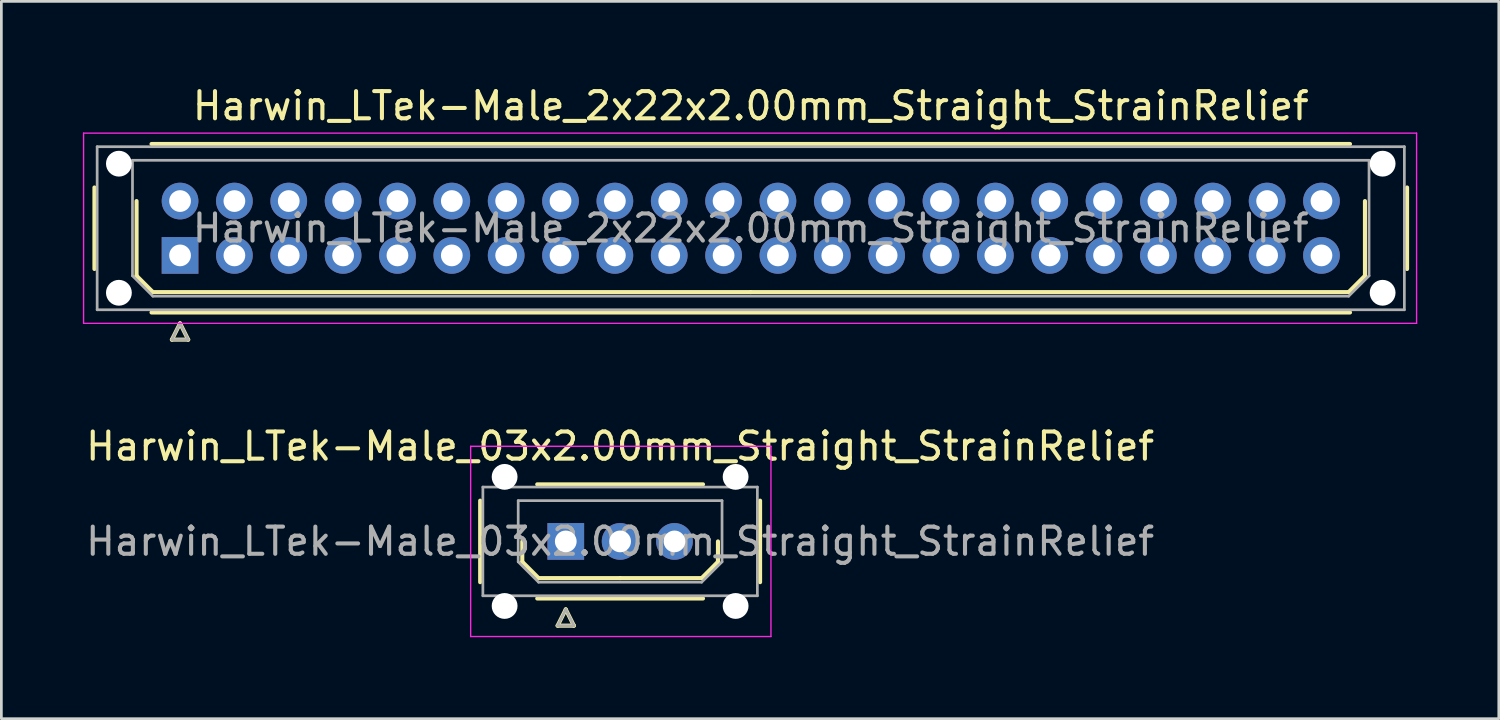
<source format=kicad_pcb>
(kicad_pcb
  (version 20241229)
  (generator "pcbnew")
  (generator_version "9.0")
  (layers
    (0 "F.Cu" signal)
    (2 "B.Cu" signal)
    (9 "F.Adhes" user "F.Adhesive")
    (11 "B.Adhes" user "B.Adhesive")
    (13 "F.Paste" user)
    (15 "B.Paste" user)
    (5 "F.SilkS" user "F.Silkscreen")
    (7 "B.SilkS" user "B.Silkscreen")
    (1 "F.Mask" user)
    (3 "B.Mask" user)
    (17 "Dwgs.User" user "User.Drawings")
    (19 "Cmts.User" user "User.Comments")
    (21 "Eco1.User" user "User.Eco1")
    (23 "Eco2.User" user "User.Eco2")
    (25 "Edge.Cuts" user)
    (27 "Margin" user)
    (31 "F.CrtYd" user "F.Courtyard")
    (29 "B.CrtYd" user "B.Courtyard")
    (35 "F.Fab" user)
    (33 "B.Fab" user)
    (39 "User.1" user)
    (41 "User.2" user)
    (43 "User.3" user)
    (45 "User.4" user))
  (footprint "Harwin_LTek-Male_2x22x2.00mm_Straight_StrainRelief"
    (layer "F.Cu")
    (at 3.575 6.348)
    (property "Reference" "Harwin_LTek-Male_2x22x2.00mm_Straight_StrainRelief" (at 21 -5.5 0) (layer "F.SilkS") (effects (font (size 1 1) (thickness 0.15))))
    (attr through_hole)
    (fp_line (start -3.15 -2.5) (end -3.15 0.5) (stroke (width 0.15) (type solid)) (layer "F.SilkS"))
    (fp_line (start -1.6 -2) (end -1.6 0.75) (stroke (width 0.15) (type solid)) (layer "F.SilkS"))
    (fp_line (start -1.6 0.75) (end -1 1.35) (stroke (width 0.15) (type solid)) (layer "F.SilkS"))
    (fp_line (start -1.05 -4.1) (end 43.05 -4.1) (stroke (width 0.15) (type solid)) (layer "F.SilkS"))
    (fp_line (start -1.05 2.1) (end 43.05 2.1) (stroke (width 0.15) (type solid)) (layer "F.SilkS"))
    (fp_line (start -1 1.35) (end 21 1.35) (stroke (width 0.15) (type solid)) (layer "F.SilkS"))
    (fp_line (start -0.3 3.1) (end 0.3 3.1) (stroke (width 0.15) (type solid)) (layer "F.SilkS"))
    (fp_line (start 0 2.5) (end -0.3 3.1) (stroke (width 0.15) (type solid)) (layer "F.SilkS"))
    (fp_line (start 0.3 3.1) (end 0 2.5) (stroke (width 0.15) (type solid)) (layer "F.SilkS"))
    (fp_line (start 43 1.35) (end 21 1.35) (stroke (width 0.15) (type solid)) (layer "F.SilkS"))
    (fp_line (start 43.6 -2) (end 43.6 0.75) (stroke (width 0.15) (type solid)) (layer "F.SilkS"))
    (fp_line (start 43.6 0.75) (end 43 1.35) (stroke (width 0.15) (type solid)) (layer "F.SilkS"))
    (fp_line (start 45.15 -2.5) (end 45.15 0.5) (stroke (width 0.15) (type solid)) (layer "F.SilkS"))
    (fp_line (start -3.55 -4.5) (end -3.55 2.5) (stroke (width 0.05) (type solid)) (layer "F.CrtYd"))
    (fp_line (start -3.55 2.5) (end 45.5 2.5) (stroke (width 0.05) (type solid)) (layer "F.CrtYd"))
    (fp_line (start 45.5 -4.5) (end -3.55 -4.5) (stroke (width 0.05) (type solid)) (layer "F.CrtYd"))
    (fp_line (start 45.5 2.5) (end 45.5 -4.5) (stroke (width 0.05) (type solid)) (layer "F.CrtYd"))
    (fp_line (start -3.05 -4) (end -3.05 2) (stroke (width 0.1) (type solid)) (layer "F.Fab"))
    (fp_line (start -3.05 2) (end 45.05 2) (stroke (width 0.1) (type solid)) (layer "F.Fab"))
    (fp_line (start -1.75 -3.5) (end 43.75 -3.5) (stroke (width 0.1) (type solid)) (layer "F.Fab"))
    (fp_line (start -1.75 0.75) (end -1.75 -3.5) (stroke (width 0.1) (type solid)) (layer "F.Fab"))
    (fp_line (start -1 1.5) (end -1.75 0.75) (stroke (width 0.1) (type solid)) (layer "F.Fab"))
    (fp_line (start -0.3 3.1) (end 0.3 3.1) (stroke (width 0.1) (type solid)) (layer "F.Fab"))
    (fp_line (start 0 2.5) (end -0.3 3.1) (stroke (width 0.1) (type solid)) (layer "F.Fab"))
    (fp_line (start 0.3 3.1) (end 0 2.5) (stroke (width 0.1) (type solid)) (layer "F.Fab"))
    (fp_line (start 43 1.5) (end -1 1.5) (stroke (width 0.1) (type solid)) (layer "F.Fab"))
    (fp_line (start 43.75 -3.5) (end 43.75 0.75) (stroke (width 0.1) (type solid)) (layer "F.Fab"))
    (fp_line (start 43.75 0.75) (end 43 1.5) (stroke (width 0.1) (type solid)) (layer "F.Fab"))
    (fp_line (start 45.05 -4) (end -3.05 -4) (stroke (width 0.1) (type solid)) (layer "F.Fab"))
    (fp_line (start 45.05 2) (end 45.05 -4) (stroke (width 0.1) (type solid)) (layer "F.Fab"))
    (fp_text user "${REFERENCE}" (at 21 -1 0) (layer "F.Fab") (effects (font (size 1 1) (thickness 0.15))))
    (pad "" np_thru_hole circle (at -2.25 -3.375) (size 0.95 0.95) (drill 0.95) (layers "*.Cu" "*.Mask"))
    (pad "" np_thru_hole circle (at -2.25 1.375) (size 0.95 0.95) (drill 0.95) (layers "*.Cu" "*.Mask"))
    (pad "" np_thru_hole circle (at 44.25 -3.375) (size 0.95 0.95) (drill 0.95) (layers "*.Cu" "*.Mask"))
    (pad "" np_thru_hole circle (at 44.25 1.375) (size 0.95 0.95) (drill 0.95) (layers "*.Cu" "*.Mask"))
    (pad "1" thru_hole rect (at 0 0) (size 1.35 1.35) (drill 0.8) (layers "*.Cu" "*.Mask"))
    (pad "2" thru_hole circle (at 2 0) (size 1.35 1.35) (drill 0.8) (layers "*.Cu" "*.Mask"))
    (pad "3" thru_hole circle (at 4 0) (size 1.35 1.35) (drill 0.8) (layers "*.Cu" "*.Mask"))
    (pad "4" thru_hole circle (at 6 0) (size 1.35 1.35) (drill 0.8) (layers "*.Cu" "*.Mask"))
    (pad "5" thru_hole circle (at 8 0) (size 1.35 1.35) (drill 0.8) (layers "*.Cu" "*.Mask"))
    (pad "6" thru_hole circle (at 10 0) (size 1.35 1.35) (drill 0.8) (layers "*.Cu" "*.Mask"))
    (pad "7" thru_hole circle (at 12 0) (size 1.35 1.35) (drill 0.8) (layers "*.Cu" "*.Mask"))
    (pad "8" thru_hole circle (at 14 0) (size 1.35 1.35) (drill 0.8) (layers "*.Cu" "*.Mask"))
    (pad "9" thru_hole circle (at 16 0) (size 1.35 1.35) (drill 0.8) (layers "*.Cu" "*.Mask"))
    (pad "10" thru_hole circle (at 18 0) (size 1.35 1.35) (drill 0.8) (layers "*.Cu" "*.Mask"))
    (pad "11" thru_hole circle (at 20 0) (size 1.35 1.35) (drill 0.8) (layers "*.Cu" "*.Mask"))
    (pad "12" thru_hole circle (at 22 0) (size 1.35 1.35) (drill 0.8) (layers "*.Cu" "*.Mask"))
    (pad "13" thru_hole circle (at 24 0) (size 1.35 1.35) (drill 0.8) (layers "*.Cu" "*.Mask"))
    (pad "14" thru_hole circle (at 26 0) (size 1.35 1.35) (drill 0.8) (layers "*.Cu" "*.Mask"))
    (pad "15" thru_hole circle (at 28 0) (size 1.35 1.35) (drill 0.8) (layers "*.Cu" "*.Mask"))
    (pad "16" thru_hole circle (at 30 0) (size 1.35 1.35) (drill 0.8) (layers "*.Cu" "*.Mask"))
    (pad "17" thru_hole circle (at 32 0) (size 1.35 1.35) (drill 0.8) (layers "*.Cu" "*.Mask"))
    (pad "18" thru_hole circle (at 34 0) (size 1.35 1.35) (drill 0.8) (layers "*.Cu" "*.Mask"))
    (pad "19" thru_hole circle (at 36 0) (size 1.35 1.35) (drill 0.8) (layers "*.Cu" "*.Mask"))
    (pad "20" thru_hole circle (at 38 0) (size 1.35 1.35) (drill 0.8) (layers "*.Cu" "*.Mask"))
    (pad "21" thru_hole circle (at 40 0) (size 1.35 1.35) (drill 0.8) (layers "*.Cu" "*.Mask"))
    (pad "22" thru_hole circle (at 42 0) (size 1.35 1.35) (drill 0.8) (layers "*.Cu" "*.Mask"))
    (pad "23" thru_hole circle (at 0 -2) (size 1.35 1.35) (drill 0.8) (layers "*.Cu" "*.Mask"))
    (pad "24" thru_hole circle (at 2 -2) (size 1.35 1.35) (drill 0.8) (layers "*.Cu" "*.Mask"))
    (pad "25" thru_hole circle (at 4 -2) (size 1.35 1.35) (drill 0.8) (layers "*.Cu" "*.Mask"))
    (pad "26" thru_hole circle (at 6 -2) (size 1.35 1.35) (drill 0.8) (layers "*.Cu" "*.Mask"))
    (pad "27" thru_hole circle (at 8 -2) (size 1.35 1.35) (drill 0.8) (layers "*.Cu" "*.Mask"))
    (pad "28" thru_hole circle (at 10 -2) (size 1.35 1.35) (drill 0.8) (layers "*.Cu" "*.Mask"))
    (pad "29" thru_hole circle (at 12 -2) (size 1.35 1.35) (drill 0.8) (layers "*.Cu" "*.Mask"))
    (pad "30" thru_hole circle (at 14 -2) (size 1.35 1.35) (drill 0.8) (layers "*.Cu" "*.Mask"))
    (pad "31" thru_hole circle (at 16 -2) (size 1.35 1.35) (drill 0.8) (layers "*.Cu" "*.Mask"))
    (pad "32" thru_hole circle (at 18 -2) (size 1.35 1.35) (drill 0.8) (layers "*.Cu" "*.Mask"))
    (pad "33" thru_hole circle (at 20 -2) (size 1.35 1.35) (drill 0.8) (layers "*.Cu" "*.Mask"))
    (pad "34" thru_hole circle (at 22 -2) (size 1.35 1.35) (drill 0.8) (layers "*.Cu" "*.Mask"))
    (pad "35" thru_hole circle (at 24 -2) (size 1.35 1.35) (drill 0.8) (layers "*.Cu" "*.Mask"))
    (pad "36" thru_hole circle (at 26 -2) (size 1.35 1.35) (drill 0.8) (layers "*.Cu" "*.Mask"))
    (pad "37" thru_hole circle (at 28 -2) (size 1.35 1.35) (drill 0.8) (layers "*.Cu" "*.Mask"))
    (pad "38" thru_hole circle (at 30 -2) (size 1.35 1.35) (drill 0.8) (layers "*.Cu" "*.Mask"))
    (pad "39" thru_hole circle (at 32 -2) (size 1.35 1.35) (drill 0.8) (layers "*.Cu" "*.Mask"))
    (pad "40" thru_hole circle (at 34 -2) (size 1.35 1.35) (drill 0.8) (layers "*.Cu" "*.Mask"))
    (pad "41" thru_hole circle (at 36 -2) (size 1.35 1.35) (drill 0.8) (layers "*.Cu" "*.Mask"))
    (pad "42" thru_hole circle (at 38 -2) (size 1.35 1.35) (drill 0.8) (layers "*.Cu" "*.Mask"))
    (pad "43" thru_hole circle (at 40 -2) (size 1.35 1.35) (drill 0.8) (layers "*.Cu" "*.Mask"))
    (pad "44" thru_hole circle (at 42 -2) (size 1.35 1.35) (drill 0.8) (layers "*.Cu" "*.Mask")))
  (footprint "Harwin_LTek-Male_03x2.00mm_Straight_StrainRelief"
    (layer "F.Cu")
    (at 17.768 16.872)
    (property "Reference" "Harwin_LTek-Male_03x2.00mm_Straight_StrainRelief" (at 2 -3.5 0) (layer "F.SilkS") (effects (font (size 1 1) (thickness 0.15))))
    (attr through_hole)
    (fp_line (start -3.15 -1.5) (end -3.15 1.5) (stroke (width 0.15) (type solid)) (layer "F.SilkS"))
    (fp_line (start -1.6 0) (end -1.6 0.75) (stroke (width 0.15) (type solid)) (layer "F.SilkS"))
    (fp_line (start -1.6 0.75) (end -1 1.35) (stroke (width 0.15) (type solid)) (layer "F.SilkS"))
    (fp_line (start -1.05 -2.1) (end 5.05 -2.1) (stroke (width 0.15) (type solid)) (layer "F.SilkS"))
    (fp_line (start -1.05 2.1) (end 5.05 2.1) (stroke (width 0.15) (type solid)) (layer "F.SilkS"))
    (fp_line (start -1 1.35) (end 2 1.35) (stroke (width 0.15) (type solid)) (layer "F.SilkS"))
    (fp_line (start -0.3 3.1) (end 0.3 3.1) (stroke (width 0.15) (type solid)) (layer "F.SilkS"))
    (fp_line (start 0 2.5) (end -0.3 3.1) (stroke (width 0.15) (type solid)) (layer "F.SilkS"))
    (fp_line (start 0.3 3.1) (end 0 2.5) (stroke (width 0.15) (type solid)) (layer "F.SilkS"))
    (fp_line (start 5 1.35) (end 2 1.35) (stroke (width 0.15) (type solid)) (layer "F.SilkS"))
    (fp_line (start 5.6 0) (end 5.6 0.75) (stroke (width 0.15) (type solid)) (layer "F.SilkS"))
    (fp_line (start 5.6 0.75) (end 5 1.35) (stroke (width 0.15) (type solid)) (layer "F.SilkS"))
    (fp_line (start 7.15 -1.5) (end 7.15 1.5) (stroke (width 0.15) (type solid)) (layer "F.SilkS"))
    (fp_line (start -3.5 -3.5) (end -3.5 3.5) (stroke (width 0.05) (type solid)) (layer "F.CrtYd"))
    (fp_line (start -3.5 3.5) (end 7.55 3.5) (stroke (width 0.05) (type solid)) (layer "F.CrtYd"))
    (fp_line (start 7.55 -3.5) (end -3.5 -3.5) (stroke (width 0.05) (type solid)) (layer "F.CrtYd"))
    (fp_line (start 7.55 3.5) (end 7.55 -3.5) (stroke (width 0.05) (type solid)) (layer "F.CrtYd"))
    (fp_line (start -3.05 -2) (end -3.05 2) (stroke (width 0.1) (type solid)) (layer "F.Fab"))
    (fp_line (start -3.05 2) (end 7.05 2) (stroke (width 0.1) (type solid)) (layer "F.Fab"))
    (fp_line (start -1.75 -1.5) (end 5.75 -1.5) (stroke (width 0.1) (type solid)) (layer "F.Fab"))
    (fp_line (start -1.75 0.75) (end -1.75 -1.5) (stroke (width 0.1) (type solid)) (layer "F.Fab"))
    (fp_line (start -1 1.5) (end -1.75 0.75) (stroke (width 0.1) (type solid)) (layer "F.Fab"))
    (fp_line (start -0.3 3.1) (end 0.3 3.1) (stroke (width 0.1) (type solid)) (layer "F.Fab"))
    (fp_line (start 0 2.5) (end -0.3 3.1) (stroke (width 0.1) (type solid)) (layer "F.Fab"))
    (fp_line (start 0.3 3.1) (end 0 2.5) (stroke (width 0.1) (type solid)) (layer "F.Fab"))
    (fp_line (start 5 1.5) (end -1 1.5) (stroke (width 0.1) (type solid)) (layer "F.Fab"))
    (fp_line (start 5.75 -1.5) (end 5.75 0.75) (stroke (width 0.1) (type solid)) (layer "F.Fab"))
    (fp_line (start 5.75 0.75) (end 5 1.5) (stroke (width 0.1) (type solid)) (layer "F.Fab"))
    (fp_line (start 7.05 -2) (end -3.05 -2) (stroke (width 0.1) (type solid)) (layer "F.Fab"))
    (fp_line (start 7.05 2) (end 7.05 -2) (stroke (width 0.1) (type solid)) (layer "F.Fab"))
    (fp_text user "${REFERENCE}" (at 2 0 0) (layer "F.Fab") (effects (font (size 1 1) (thickness 0.15))))
    (pad "" np_thru_hole circle (at -2.25 -2.375) (size 0.95 0.95) (drill 0.95) (layers "*.Cu" "*.Mask"))
    (pad "" np_thru_hole circle (at -2.25 2.375) (size 0.95 0.95) (drill 0.95) (layers "*.Cu" "*.Mask"))
    (pad "" np_thru_hole circle (at 6.25 -2.375) (size 0.95 0.95) (drill 0.95) (layers "*.Cu" "*.Mask"))
    (pad "" np_thru_hole circle (at 6.25 2.375) (size 0.95 0.95) (drill 0.95) (layers "*.Cu" "*.Mask"))
    (pad "1" thru_hole rect (at 0 0) (size 1.35 1.35) (drill 0.8) (layers "*.Cu" "*.Mask"))
    (pad "2" thru_hole circle (at 2 0) (size 1.35 1.35) (drill 0.8) (layers "*.Cu" "*.Mask"))
    (pad "3" thru_hole circle (at 4 0) (size 1.35 1.35) (drill 0.8) (layers "*.Cu" "*.Mask")))
  (gr_rect
    (start -3 -3)
    (end 52.1 23.396)
    (stroke (width 0.1) (type default))
    (fill no)
    (layer "Edge.Cuts")))
</source>
